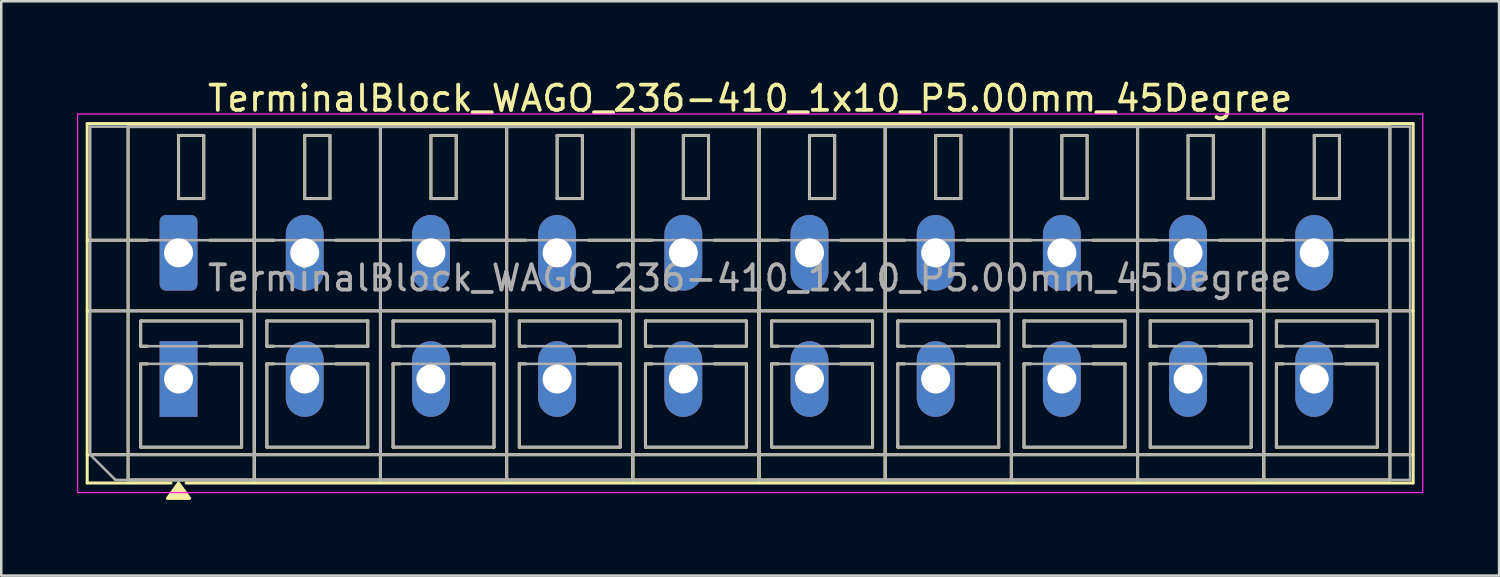
<source format=kicad_pcb>
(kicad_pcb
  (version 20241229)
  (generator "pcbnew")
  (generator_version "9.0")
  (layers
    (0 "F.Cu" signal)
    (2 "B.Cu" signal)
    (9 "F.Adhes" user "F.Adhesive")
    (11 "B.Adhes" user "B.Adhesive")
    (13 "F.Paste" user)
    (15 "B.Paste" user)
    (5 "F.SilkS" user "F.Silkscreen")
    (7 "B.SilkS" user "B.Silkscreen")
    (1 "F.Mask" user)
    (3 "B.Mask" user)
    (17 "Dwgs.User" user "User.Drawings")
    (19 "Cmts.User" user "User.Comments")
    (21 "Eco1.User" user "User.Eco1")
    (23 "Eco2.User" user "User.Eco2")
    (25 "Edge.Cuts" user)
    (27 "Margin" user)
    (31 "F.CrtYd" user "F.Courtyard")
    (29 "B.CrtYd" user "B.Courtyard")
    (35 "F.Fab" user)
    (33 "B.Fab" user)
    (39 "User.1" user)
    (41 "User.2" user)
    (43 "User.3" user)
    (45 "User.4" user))
  (footprint "TerminalBlock_WAGO_236-410_1x10_P5.00mm_45Degree"
    (layer "F.Cu")
    (at 4.025 6.968)
    (property "Reference" "TerminalBlock_WAGO_236-410_1x10_P5.00mm_45Degree" (at 22.65 -6.12 0) (layer "F.SilkS") (effects (font (size 1 1) (thickness 0.15))))
    (attr through_hole)
    (fp_line (start -3.62 -5.12) (end -3.62 9.12) (stroke (width 0.12) (type solid)) (layer "F.SilkS"))
    (fp_line (start -3.62 -5.12) (end 48.92 -5.12) (stroke (width 0.12) (type solid)) (layer "F.SilkS"))
    (fp_line (start -3.62 -0.5) (end -1.23 -0.5) (stroke (width 0.12) (type solid)) (layer "F.SilkS"))
    (fp_line (start -3.62 2.3) (end 48.92 2.3) (stroke (width 0.12) (type solid)) (layer "F.SilkS"))
    (fp_line (start -3.62 8) (end 48.92 8) (stroke (width 0.12) (type solid)) (layer "F.SilkS"))
    (fp_line (start -3.62 9.12) (end -0.3 9.12) (stroke (width 0.12) (type solid)) (layer "F.SilkS"))
    (fp_line (start -2 -5) (end -2 9) (stroke (width 0.12) (type solid)) (layer "F.SilkS"))
    (fp_line (start -2 -5) (end 3 -5) (stroke (width 0.12) (type solid)) (layer "F.SilkS"))
    (fp_line (start -2 9) (end 3 9) (stroke (width 0.12) (type solid)) (layer "F.SilkS"))
    (fp_line (start -1.5 2.7) (end -1.5 3.7) (stroke (width 0.12) (type solid)) (layer "F.SilkS"))
    (fp_line (start -1.5 2.7) (end 2.5 2.7) (stroke (width 0.12) (type solid)) (layer "F.SilkS"))
    (fp_line (start -1.5 3.7) (end -1.23 3.7) (stroke (width 0.12) (type solid)) (layer "F.SilkS"))
    (fp_line (start -1.5 4.4) (end -1.5 7.7) (stroke (width 0.12) (type solid)) (layer "F.SilkS"))
    (fp_line (start -1.5 4.4) (end -1.23 4.4) (stroke (width 0.12) (type solid)) (layer "F.SilkS"))
    (fp_line (start -1.5 7.7) (end 2.5 7.7) (stroke (width 0.12) (type solid)) (layer "F.SilkS"))
    (fp_line (start 0 -4.65) (end 0 -2.15) (stroke (width 0.12) (type solid)) (layer "F.SilkS"))
    (fp_line (start 0 -4.65) (end 1 -4.65) (stroke (width 0.12) (type solid)) (layer "F.SilkS"))
    (fp_line (start 0 -2.15) (end 1 -2.15) (stroke (width 0.12) (type solid)) (layer "F.SilkS"))
    (fp_line (start 0.3 9.12) (end 48.92 9.12) (stroke (width 0.12) (type solid)) (layer "F.SilkS"))
    (fp_line (start 1 -4.65) (end 1 -2.15) (stroke (width 0.12) (type solid)) (layer "F.SilkS"))
    (fp_line (start 1.23 -0.5) (end 3.77 -0.5) (stroke (width 0.12) (type solid)) (layer "F.SilkS"))
    (fp_line (start 1.23 3.7) (end 2.5 3.7) (stroke (width 0.12) (type solid)) (layer "F.SilkS"))
    (fp_line (start 1.23 4.4) (end 2.5 4.4) (stroke (width 0.12) (type solid)) (layer "F.SilkS"))
    (fp_line (start 2.5 2.7) (end 2.5 3.7) (stroke (width 0.12) (type solid)) (layer "F.SilkS"))
    (fp_line (start 2.5 4.4) (end 2.5 7.7) (stroke (width 0.12) (type solid)) (layer "F.SilkS"))
    (fp_line (start 3 -5) (end 3 9) (stroke (width 0.12) (type solid)) (layer "F.SilkS"))
    (fp_line (start 3 -5) (end 3 9) (stroke (width 0.12) (type solid)) (layer "F.SilkS"))
    (fp_line (start 3 -5) (end 8 -5) (stroke (width 0.12) (type solid)) (layer "F.SilkS"))
    (fp_line (start 3 9) (end 8 9) (stroke (width 0.12) (type solid)) (layer "F.SilkS"))
    (fp_line (start 3.5 2.7) (end 3.5 3.7) (stroke (width 0.12) (type solid)) (layer "F.SilkS"))
    (fp_line (start 3.5 2.7) (end 7.5 2.7) (stroke (width 0.12) (type solid)) (layer "F.SilkS"))
    (fp_line (start 3.5 3.7) (end 3.77 3.7) (stroke (width 0.12) (type solid)) (layer "F.SilkS"))
    (fp_line (start 3.5 4.4) (end 3.5 7.7) (stroke (width 0.12) (type solid)) (layer "F.SilkS"))
    (fp_line (start 3.5 4.4) (end 3.77 4.4) (stroke (width 0.12) (type solid)) (layer "F.SilkS"))
    (fp_line (start 3.5 7.7) (end 7.5 7.7) (stroke (width 0.12) (type solid)) (layer "F.SilkS"))
    (fp_line (start 5 -4.65) (end 5 -2.15) (stroke (width 0.12) (type solid)) (layer "F.SilkS"))
    (fp_line (start 5 -4.65) (end 6 -4.65) (stroke (width 0.12) (type solid)) (layer "F.SilkS"))
    (fp_line (start 5 -2.15) (end 6 -2.15) (stroke (width 0.12) (type solid)) (layer "F.SilkS"))
    (fp_line (start 6 -4.65) (end 6 -2.15) (stroke (width 0.12) (type solid)) (layer "F.SilkS"))
    (fp_line (start 6.23 -0.5) (end 8.77 -0.5) (stroke (width 0.12) (type solid)) (layer "F.SilkS"))
    (fp_line (start 6.23 3.7) (end 7.5 3.7) (stroke (width 0.12) (type solid)) (layer "F.SilkS"))
    (fp_line (start 6.23 4.4) (end 7.5 4.4) (stroke (width 0.12) (type solid)) (layer "F.SilkS"))
    (fp_line (start 7.5 2.7) (end 7.5 3.7) (stroke (width 0.12) (type solid)) (layer "F.SilkS"))
    (fp_line (start 7.5 4.4) (end 7.5 7.7) (stroke (width 0.12) (type solid)) (layer "F.SilkS"))
    (fp_line (start 8 -5) (end 8 9) (stroke (width 0.12) (type solid)) (layer "F.SilkS"))
    (fp_line (start 8 -5) (end 8 9) (stroke (width 0.12) (type solid)) (layer "F.SilkS"))
    (fp_line (start 8 -5) (end 13 -5) (stroke (width 0.12) (type solid)) (layer "F.SilkS"))
    (fp_line (start 8 9) (end 13 9) (stroke (width 0.12) (type solid)) (layer "F.SilkS"))
    (fp_line (start 8.5 2.7) (end 8.5 3.7) (stroke (width 0.12) (type solid)) (layer "F.SilkS"))
    (fp_line (start 8.5 2.7) (end 12.5 2.7) (stroke (width 0.12) (type solid)) (layer "F.SilkS"))
    (fp_line (start 8.5 3.7) (end 8.77 3.7) (stroke (width 0.12) (type solid)) (layer "F.SilkS"))
    (fp_line (start 8.5 4.4) (end 8.5 7.7) (stroke (width 0.12) (type solid)) (layer "F.SilkS"))
    (fp_line (start 8.5 4.4) (end 8.77 4.4) (stroke (width 0.12) (type solid)) (layer "F.SilkS"))
    (fp_line (start 8.5 7.7) (end 12.5 7.7) (stroke (width 0.12) (type solid)) (layer "F.SilkS"))
    (fp_line (start 10 -4.65) (end 10 -2.15) (stroke (width 0.12) (type solid)) (layer "F.SilkS"))
    (fp_line (start 10 -4.65) (end 11 -4.65) (stroke (width 0.12) (type solid)) (layer "F.SilkS"))
    (fp_line (start 10 -2.15) (end 11 -2.15) (stroke (width 0.12) (type solid)) (layer "F.SilkS"))
    (fp_line (start 11 -4.65) (end 11 -2.15) (stroke (width 0.12) (type solid)) (layer "F.SilkS"))
    (fp_line (start 11.23 -0.5) (end 13.77 -0.5) (stroke (width 0.12) (type solid)) (layer "F.SilkS"))
    (fp_line (start 11.23 3.7) (end 12.5 3.7) (stroke (width 0.12) (type solid)) (layer "F.SilkS"))
    (fp_line (start 11.23 4.4) (end 12.5 4.4) (stroke (width 0.12) (type solid)) (layer "F.SilkS"))
    (fp_line (start 12.5 2.7) (end 12.5 3.7) (stroke (width 0.12) (type solid)) (layer "F.SilkS"))
    (fp_line (start 12.5 4.4) (end 12.5 7.7) (stroke (width 0.12) (type solid)) (layer "F.SilkS"))
    (fp_line (start 13 -5) (end 13 9) (stroke (width 0.12) (type solid)) (layer "F.SilkS"))
    (fp_line (start 13 -5) (end 13 9) (stroke (width 0.12) (type solid)) (layer "F.SilkS"))
    (fp_line (start 13 -5) (end 18 -5) (stroke (width 0.12) (type solid)) (layer "F.SilkS"))
    (fp_line (start 13 9) (end 18 9) (stroke (width 0.12) (type solid)) (layer "F.SilkS"))
    (fp_line (start 13.5 2.7) (end 13.5 3.7) (stroke (width 0.12) (type solid)) (layer "F.SilkS"))
    (fp_line (start 13.5 2.7) (end 17.5 2.7) (stroke (width 0.12) (type solid)) (layer "F.SilkS"))
    (fp_line (start 13.5 3.7) (end 13.77 3.7) (stroke (width 0.12) (type solid)) (layer "F.SilkS"))
    (fp_line (start 13.5 4.4) (end 13.5 7.7) (stroke (width 0.12) (type solid)) (layer "F.SilkS"))
    (fp_line (start 13.5 4.4) (end 13.77 4.4) (stroke (width 0.12) (type solid)) (layer "F.SilkS"))
    (fp_line (start 13.5 7.7) (end 17.5 7.7) (stroke (width 0.12) (type solid)) (layer "F.SilkS"))
    (fp_line (start 15 -4.65) (end 15 -2.15) (stroke (width 0.12) (type solid)) (layer "F.SilkS"))
    (fp_line (start 15 -4.65) (end 16 -4.65) (stroke (width 0.12) (type solid)) (layer "F.SilkS"))
    (fp_line (start 15 -2.15) (end 16 -2.15) (stroke (width 0.12) (type solid)) (layer "F.SilkS"))
    (fp_line (start 16 -4.65) (end 16 -2.15) (stroke (width 0.12) (type solid)) (layer "F.SilkS"))
    (fp_line (start 16.23 -0.5) (end 18.77 -0.5) (stroke (width 0.12) (type solid)) (layer "F.SilkS"))
    (fp_line (start 16.23 3.7) (end 17.5 3.7) (stroke (width 0.12) (type solid)) (layer "F.SilkS"))
    (fp_line (start 16.23 4.4) (end 17.5 4.4) (stroke (width 0.12) (type solid)) (layer "F.SilkS"))
    (fp_line (start 17.5 2.7) (end 17.5 3.7) (stroke (width 0.12) (type solid)) (layer "F.SilkS"))
    (fp_line (start 17.5 4.4) (end 17.5 7.7) (stroke (width 0.12) (type solid)) (layer "F.SilkS"))
    (fp_line (start 18 -5) (end 18 9) (stroke (width 0.12) (type solid)) (layer "F.SilkS"))
    (fp_line (start 18 -5) (end 18 9) (stroke (width 0.12) (type solid)) (layer "F.SilkS"))
    (fp_line (start 18 -5) (end 23 -5) (stroke (width 0.12) (type solid)) (layer "F.SilkS"))
    (fp_line (start 18 9) (end 23 9) (stroke (width 0.12) (type solid)) (layer "F.SilkS"))
    (fp_line (start 18.5 2.7) (end 18.5 3.7) (stroke (width 0.12) (type solid)) (layer "F.SilkS"))
    (fp_line (start 18.5 2.7) (end 22.5 2.7) (stroke (width 0.12) (type solid)) (layer "F.SilkS"))
    (fp_line (start 18.5 3.7) (end 18.77 3.7) (stroke (width 0.12) (type solid)) (layer "F.SilkS"))
    (fp_line (start 18.5 4.4) (end 18.5 7.7) (stroke (width 0.12) (type solid)) (layer "F.SilkS"))
    (fp_line (start 18.5 4.4) (end 18.77 4.4) (stroke (width 0.12) (type solid)) (layer "F.SilkS"))
    (fp_line (start 18.5 7.7) (end 22.5 7.7) (stroke (width 0.12) (type solid)) (layer "F.SilkS"))
    (fp_line (start 20 -4.65) (end 20 -2.15) (stroke (width 0.12) (type solid)) (layer "F.SilkS"))
    (fp_line (start 20 -4.65) (end 21 -4.65) (stroke (width 0.12) (type solid)) (layer "F.SilkS"))
    (fp_line (start 20 -2.15) (end 21 -2.15) (stroke (width 0.12) (type solid)) (layer "F.SilkS"))
    (fp_line (start 21 -4.65) (end 21 -2.15) (stroke (width 0.12) (type solid)) (layer "F.SilkS"))
    (fp_line (start 21.23 -0.5) (end 23.77 -0.5) (stroke (width 0.12) (type solid)) (layer "F.SilkS"))
    (fp_line (start 21.23 3.7) (end 22.5 3.7) (stroke (width 0.12) (type solid)) (layer "F.SilkS"))
    (fp_line (start 21.23 4.4) (end 22.5 4.4) (stroke (width 0.12) (type solid)) (layer "F.SilkS"))
    (fp_line (start 22.5 2.7) (end 22.5 3.7) (stroke (width 0.12) (type solid)) (layer "F.SilkS"))
    (fp_line (start 22.5 4.4) (end 22.5 7.7) (stroke (width 0.12) (type solid)) (layer "F.SilkS"))
    (fp_line (start 23 -5) (end 23 9) (stroke (width 0.12) (type solid)) (layer "F.SilkS"))
    (fp_line (start 23 -5) (end 23 9) (stroke (width 0.12) (type solid)) (layer "F.SilkS"))
    (fp_line (start 23 -5) (end 28 -5) (stroke (width 0.12) (type solid)) (layer "F.SilkS"))
    (fp_line (start 23 9) (end 28 9) (stroke (width 0.12) (type solid)) (layer "F.SilkS"))
    (fp_line (start 23.5 2.7) (end 23.5 3.7) (stroke (width 0.12) (type solid)) (layer "F.SilkS"))
    (fp_line (start 23.5 2.7) (end 27.5 2.7) (stroke (width 0.12) (type solid)) (layer "F.SilkS"))
    (fp_line (start 23.5 3.7) (end 23.77 3.7) (stroke (width 0.12) (type solid)) (layer "F.SilkS"))
    (fp_line (start 23.5 4.4) (end 23.5 7.7) (stroke (width 0.12) (type solid)) (layer "F.SilkS"))
    (fp_line (start 23.5 4.4) (end 23.77 4.4) (stroke (width 0.12) (type solid)) (layer "F.SilkS"))
    (fp_line (start 23.5 7.7) (end 27.5 7.7) (stroke (width 0.12) (type solid)) (layer "F.SilkS"))
    (fp_line (start 25 -4.65) (end 25 -2.15) (stroke (width 0.12) (type solid)) (layer "F.SilkS"))
    (fp_line (start 25 -4.65) (end 26 -4.65) (stroke (width 0.12) (type solid)) (layer "F.SilkS"))
    (fp_line (start 25 -2.15) (end 26 -2.15) (stroke (width 0.12) (type solid)) (layer "F.SilkS"))
    (fp_line (start 26 -4.65) (end 26 -2.15) (stroke (width 0.12) (type solid)) (layer "F.SilkS"))
    (fp_line (start 26.23 -0.5) (end 28.77 -0.5) (stroke (width 0.12) (type solid)) (layer "F.SilkS"))
    (fp_line (start 26.23 3.7) (end 27.5 3.7) (stroke (width 0.12) (type solid)) (layer "F.SilkS"))
    (fp_line (start 26.23 4.4) (end 27.5 4.4) (stroke (width 0.12) (type solid)) (layer "F.SilkS"))
    (fp_line (start 27.5 2.7) (end 27.5 3.7) (stroke (width 0.12) (type solid)) (layer "F.SilkS"))
    (fp_line (start 27.5 4.4) (end 27.5 7.7) (stroke (width 0.12) (type solid)) (layer "F.SilkS"))
    (fp_line (start 28 -5) (end 28 9) (stroke (width 0.12) (type solid)) (layer "F.SilkS"))
    (fp_line (start 28 -5) (end 28 9) (stroke (width 0.12) (type solid)) (layer "F.SilkS"))
    (fp_line (start 28 -5) (end 33 -5) (stroke (width 0.12) (type solid)) (layer "F.SilkS"))
    (fp_line (start 28 9) (end 33 9) (stroke (width 0.12) (type solid)) (layer "F.SilkS"))
    (fp_line (start 28.5 2.7) (end 28.5 3.7) (stroke (width 0.12) (type solid)) (layer "F.SilkS"))
    (fp_line (start 28.5 2.7) (end 32.5 2.7) (stroke (width 0.12) (type solid)) (layer "F.SilkS"))
    (fp_line (start 28.5 3.7) (end 28.77 3.7) (stroke (width 0.12) (type solid)) (layer "F.SilkS"))
    (fp_line (start 28.5 4.4) (end 28.5 7.7) (stroke (width 0.12) (type solid)) (layer "F.SilkS"))
    (fp_line (start 28.5 4.4) (end 28.77 4.4) (stroke (width 0.12) (type solid)) (layer "F.SilkS"))
    (fp_line (start 28.5 7.7) (end 32.5 7.7) (stroke (width 0.12) (type solid)) (layer "F.SilkS"))
    (fp_line (start 30 -4.65) (end 30 -2.15) (stroke (width 0.12) (type solid)) (layer "F.SilkS"))
    (fp_line (start 30 -4.65) (end 31 -4.65) (stroke (width 0.12) (type solid)) (layer "F.SilkS"))
    (fp_line (start 30 -2.15) (end 31 -2.15) (stroke (width 0.12) (type solid)) (layer "F.SilkS"))
    (fp_line (start 31 -4.65) (end 31 -2.15) (stroke (width 0.12) (type solid)) (layer "F.SilkS"))
    (fp_line (start 31.23 -0.5) (end 33.77 -0.5) (stroke (width 0.12) (type solid)) (layer "F.SilkS"))
    (fp_line (start 31.23 3.7) (end 32.5 3.7) (stroke (width 0.12) (type solid)) (layer "F.SilkS"))
    (fp_line (start 31.23 4.4) (end 32.5 4.4) (stroke (width 0.12) (type solid)) (layer "F.SilkS"))
    (fp_line (start 32.5 2.7) (end 32.5 3.7) (stroke (width 0.12) (type solid)) (layer "F.SilkS"))
    (fp_line (start 32.5 4.4) (end 32.5 7.7) (stroke (width 0.12) (type solid)) (layer "F.SilkS"))
    (fp_line (start 33 -5) (end 33 9) (stroke (width 0.12) (type solid)) (layer "F.SilkS"))
    (fp_line (start 33 -5) (end 33 9) (stroke (width 0.12) (type solid)) (layer "F.SilkS"))
    (fp_line (start 33 -5) (end 38 -5) (stroke (width 0.12) (type solid)) (layer "F.SilkS"))
    (fp_line (start 33 9) (end 38 9) (stroke (width 0.12) (type solid)) (layer "F.SilkS"))
    (fp_line (start 33.5 2.7) (end 33.5 3.7) (stroke (width 0.12) (type solid)) (layer "F.SilkS"))
    (fp_line (start 33.5 2.7) (end 37.5 2.7) (stroke (width 0.12) (type solid)) (layer "F.SilkS"))
    (fp_line (start 33.5 3.7) (end 33.77 3.7) (stroke (width 0.12) (type solid)) (layer "F.SilkS"))
    (fp_line (start 33.5 4.4) (end 33.5 7.7) (stroke (width 0.12) (type solid)) (layer "F.SilkS"))
    (fp_line (start 33.5 4.4) (end 33.77 4.4) (stroke (width 0.12) (type solid)) (layer "F.SilkS"))
    (fp_line (start 33.5 7.7) (end 37.5 7.7) (stroke (width 0.12) (type solid)) (layer "F.SilkS"))
    (fp_line (start 35 -4.65) (end 35 -2.15) (stroke (width 0.12) (type solid)) (layer "F.SilkS"))
    (fp_line (start 35 -4.65) (end 36 -4.65) (stroke (width 0.12) (type solid)) (layer "F.SilkS"))
    (fp_line (start 35 -2.15) (end 36 -2.15) (stroke (width 0.12) (type solid)) (layer "F.SilkS"))
    (fp_line (start 36 -4.65) (end 36 -2.15) (stroke (width 0.12) (type solid)) (layer "F.SilkS"))
    (fp_line (start 36.23 -0.5) (end 38.77 -0.5) (stroke (width 0.12) (type solid)) (layer "F.SilkS"))
    (fp_line (start 36.23 3.7) (end 37.5 3.7) (stroke (width 0.12) (type solid)) (layer "F.SilkS"))
    (fp_line (start 36.23 4.4) (end 37.5 4.4) (stroke (width 0.12) (type solid)) (layer "F.SilkS"))
    (fp_line (start 37.5 2.7) (end 37.5 3.7) (stroke (width 0.12) (type solid)) (layer "F.SilkS"))
    (fp_line (start 37.5 4.4) (end 37.5 7.7) (stroke (width 0.12) (type solid)) (layer "F.SilkS"))
    (fp_line (start 38 -5) (end 38 9) (stroke (width 0.12) (type solid)) (layer "F.SilkS"))
    (fp_line (start 38 -5) (end 38 9) (stroke (width 0.12) (type solid)) (layer "F.SilkS"))
    (fp_line (start 38 -5) (end 43 -5) (stroke (width 0.12) (type solid)) (layer "F.SilkS"))
    (fp_line (start 38 9) (end 43 9) (stroke (width 0.12) (type solid)) (layer "F.SilkS"))
    (fp_line (start 38.5 2.7) (end 38.5 3.7) (stroke (width 0.12) (type solid)) (layer "F.SilkS"))
    (fp_line (start 38.5 2.7) (end 42.5 2.7) (stroke (width 0.12) (type solid)) (layer "F.SilkS"))
    (fp_line (start 38.5 3.7) (end 38.77 3.7) (stroke (width 0.12) (type solid)) (layer "F.SilkS"))
    (fp_line (start 38.5 4.4) (end 38.5 7.7) (stroke (width 0.12) (type solid)) (layer "F.SilkS"))
    (fp_line (start 38.5 4.4) (end 38.77 4.4) (stroke (width 0.12) (type solid)) (layer "F.SilkS"))
    (fp_line (start 38.5 7.7) (end 42.5 7.7) (stroke (width 0.12) (type solid)) (layer "F.SilkS"))
    (fp_line (start 40 -4.65) (end 40 -2.15) (stroke (width 0.12) (type solid)) (layer "F.SilkS"))
    (fp_line (start 40 -4.65) (end 41 -4.65) (stroke (width 0.12) (type solid)) (layer "F.SilkS"))
    (fp_line (start 40 -2.15) (end 41 -2.15) (stroke (width 0.12) (type solid)) (layer "F.SilkS"))
    (fp_line (start 41 -4.65) (end 41 -2.15) (stroke (width 0.12) (type solid)) (layer "F.SilkS"))
    (fp_line (start 41.23 -0.5) (end 43.77 -0.5) (stroke (width 0.12) (type solid)) (layer "F.SilkS"))
    (fp_line (start 41.23 3.7) (end 42.5 3.7) (stroke (width 0.12) (type solid)) (layer "F.SilkS"))
    (fp_line (start 41.23 4.4) (end 42.5 4.4) (stroke (width 0.12) (type solid)) (layer "F.SilkS"))
    (fp_line (start 42.5 2.7) (end 42.5 3.7) (stroke (width 0.12) (type solid)) (layer "F.SilkS"))
    (fp_line (start 42.5 4.4) (end 42.5 7.7) (stroke (width 0.12) (type solid)) (layer "F.SilkS"))
    (fp_line (start 43 -5) (end 43 9) (stroke (width 0.12) (type solid)) (layer "F.SilkS"))
    (fp_line (start 43 -5) (end 43 9) (stroke (width 0.12) (type solid)) (layer "F.SilkS"))
    (fp_line (start 43 -5) (end 48 -5) (stroke (width 0.12) (type solid)) (layer "F.SilkS"))
    (fp_line (start 43 9) (end 48 9) (stroke (width 0.12) (type solid)) (layer "F.SilkS"))
    (fp_line (start 43.5 2.7) (end 43.5 3.7) (stroke (width 0.12) (type solid)) (layer "F.SilkS"))
    (fp_line (start 43.5 2.7) (end 47.5 2.7) (stroke (width 0.12) (type solid)) (layer "F.SilkS"))
    (fp_line (start 43.5 3.7) (end 43.77 3.7) (stroke (width 0.12) (type solid)) (layer "F.SilkS"))
    (fp_line (start 43.5 4.4) (end 43.5 7.7) (stroke (width 0.12) (type solid)) (layer "F.SilkS"))
    (fp_line (start 43.5 4.4) (end 43.77 4.4) (stroke (width 0.12) (type solid)) (layer "F.SilkS"))
    (fp_line (start 43.5 7.7) (end 47.5 7.7) (stroke (width 0.12) (type solid)) (layer "F.SilkS"))
    (fp_line (start 45 -4.65) (end 45 -2.15) (stroke (width 0.12) (type solid)) (layer "F.SilkS"))
    (fp_line (start 45 -4.65) (end 46 -4.65) (stroke (width 0.12) (type solid)) (layer "F.SilkS"))
    (fp_line (start 45 -2.15) (end 46 -2.15) (stroke (width 0.12) (type solid)) (layer "F.SilkS"))
    (fp_line (start 46 -4.65) (end 46 -2.15) (stroke (width 0.12) (type solid)) (layer "F.SilkS"))
    (fp_line (start 46.23 -0.5) (end 48.92 -0.5) (stroke (width 0.12) (type solid)) (layer "F.SilkS"))
    (fp_line (start 46.23 3.7) (end 47.5 3.7) (stroke (width 0.12) (type solid)) (layer "F.SilkS"))
    (fp_line (start 46.23 4.4) (end 47.5 4.4) (stroke (width 0.12) (type solid)) (layer "F.SilkS"))
    (fp_line (start 47.5 2.7) (end 47.5 3.7) (stroke (width 0.12) (type solid)) (layer "F.SilkS"))
    (fp_line (start 47.5 4.4) (end 47.5 7.7) (stroke (width 0.12) (type solid)) (layer "F.SilkS"))
    (fp_line (start 48 -5) (end 48 9) (stroke (width 0.12) (type solid)) (layer "F.SilkS"))
    (fp_line (start 48.92 -5.12) (end 48.92 9.12) (stroke (width 0.12) (type solid)) (layer "F.SilkS"))
    (fp_poly (pts (xy 0 9.12) (xy 0.44 9.73) (xy -0.44 9.73)) (stroke (width 0.12) (type solid)) (fill yes) (layer "F.SilkS"))
    (fp_line (start -4 -5.5) (end -4 9.5) (stroke (width 0.05) (type solid)) (layer "F.CrtYd"))
    (fp_line (start -4 9.5) (end 49.3 9.5) (stroke (width 0.05) (type solid)) (layer "F.CrtYd"))
    (fp_line (start 49.3 -5.5) (end -4 -5.5) (stroke (width 0.05) (type solid)) (layer "F.CrtYd"))
    (fp_line (start 49.3 9.5) (end 49.3 -5.5) (stroke (width 0.05) (type solid)) (layer "F.CrtYd"))
    (fp_line (start -3.5 -5) (end 48.8 -5) (stroke (width 0.1) (type solid)) (layer "F.Fab"))
    (fp_line (start -3.5 -0.5) (end 48.8 -0.5) (stroke (width 0.1) (type solid)) (layer "F.Fab"))
    (fp_line (start -3.5 2.3) (end 48.8 2.3) (stroke (width 0.1) (type solid)) (layer "F.Fab"))
    (fp_line (start -3.5 8) (end -3.5 -5) (stroke (width 0.1) (type solid)) (layer "F.Fab"))
    (fp_line (start -3.5 8) (end 48.8 8) (stroke (width 0.1) (type solid)) (layer "F.Fab"))
    (fp_line (start -2.5 9) (end -3.5 8) (stroke (width 0.1) (type solid)) (layer "F.Fab"))
    (fp_line (start -2 -5) (end -2 9) (stroke (width 0.1) (type solid)) (layer "F.Fab"))
    (fp_line (start -2 9) (end 3 9) (stroke (width 0.1) (type solid)) (layer "F.Fab"))
    (fp_line (start -1.5 2.7) (end -1.5 3.7) (stroke (width 0.1) (type solid)) (layer "F.Fab"))
    (fp_line (start -1.5 3.7) (end 2.5 3.7) (stroke (width 0.1) (type solid)) (layer "F.Fab"))
    (fp_line (start -1.5 4.4) (end -1.5 7.7) (stroke (width 0.1) (type solid)) (layer "F.Fab"))
    (fp_line (start -1.5 7.7) (end 2.5 7.7) (stroke (width 0.1) (type solid)) (layer "F.Fab"))
    (fp_line (start 0 -4.65) (end 0 -2.15) (stroke (width 0.1) (type solid)) (layer "F.Fab"))
    (fp_line (start 0 -2.15) (end 1 -2.15) (stroke (width 0.1) (type solid)) (layer "F.Fab"))
    (fp_line (start 1 -4.65) (end 0 -4.65) (stroke (width 0.1) (type solid)) (layer "F.Fab"))
    (fp_line (start 1 -2.15) (end 1 -4.65) (stroke (width 0.1) (type solid)) (layer "F.Fab"))
    (fp_line (start 2.5 2.7) (end -1.5 2.7) (stroke (width 0.1) (type solid)) (layer "F.Fab"))
    (fp_line (start 2.5 3.7) (end 2.5 2.7) (stroke (width 0.1) (type solid)) (layer "F.Fab"))
    (fp_line (start 2.5 4.4) (end -1.5 4.4) (stroke (width 0.1) (type solid)) (layer "F.Fab"))
    (fp_line (start 2.5 7.7) (end 2.5 4.4) (stroke (width 0.1) (type solid)) (layer "F.Fab"))
    (fp_line (start 3 -5) (end -2 -5) (stroke (width 0.1) (type solid)) (layer "F.Fab"))
    (fp_line (start 3 -5) (end 3 9) (stroke (width 0.1) (type solid)) (layer "F.Fab"))
    (fp_line (start 3 9) (end 3 -5) (stroke (width 0.1) (type solid)) (layer "F.Fab"))
    (fp_line (start 3 9) (end 8 9) (stroke (width 0.1) (type solid)) (layer "F.Fab"))
    (fp_line (start 3.5 2.7) (end 3.5 3.7) (stroke (width 0.1) (type solid)) (layer "F.Fab"))
    (fp_line (start 3.5 3.7) (end 7.5 3.7) (stroke (width 0.1) (type solid)) (layer "F.Fab"))
    (fp_line (start 3.5 4.4) (end 3.5 7.7) (stroke (width 0.1) (type solid)) (layer "F.Fab"))
    (fp_line (start 3.5 7.7) (end 7.5 7.7) (stroke (width 0.1) (type solid)) (layer "F.Fab"))
    (fp_line (start 5 -4.65) (end 5 -2.15) (stroke (width 0.1) (type solid)) (layer "F.Fab"))
    (fp_line (start 5 -2.15) (end 6 -2.15) (stroke (width 0.1) (type solid)) (layer "F.Fab"))
    (fp_line (start 6 -4.65) (end 5 -4.65) (stroke (width 0.1) (type solid)) (layer "F.Fab"))
    (fp_line (start 6 -2.15) (end 6 -4.65) (stroke (width 0.1) (type solid)) (layer "F.Fab"))
    (fp_line (start 7.5 2.7) (end 3.5 2.7) (stroke (width 0.1) (type solid)) (layer "F.Fab"))
    (fp_line (start 7.5 3.7) (end 7.5 2.7) (stroke (width 0.1) (type solid)) (layer "F.Fab"))
    (fp_line (start 7.5 4.4) (end 3.5 4.4) (stroke (width 0.1) (type solid)) (layer "F.Fab"))
    (fp_line (start 7.5 7.7) (end 7.5 4.4) (stroke (width 0.1) (type solid)) (layer "F.Fab"))
    (fp_line (start 8 -5) (end 3 -5) (stroke (width 0.1) (type solid)) (layer "F.Fab"))
    (fp_line (start 8 -5) (end 8 9) (stroke (width 0.1) (type solid)) (layer "F.Fab"))
    (fp_line (start 8 9) (end 8 -5) (stroke (width 0.1) (type solid)) (layer "F.Fab"))
    (fp_line (start 8 9) (end 13 9) (stroke (width 0.1) (type solid)) (layer "F.Fab"))
    (fp_line (start 8.5 2.7) (end 8.5 3.7) (stroke (width 0.1) (type solid)) (layer "F.Fab"))
    (fp_line (start 8.5 3.7) (end 12.5 3.7) (stroke (width 0.1) (type solid)) (layer "F.Fab"))
    (fp_line (start 8.5 4.4) (end 8.5 7.7) (stroke (width 0.1) (type solid)) (layer "F.Fab"))
    (fp_line (start 8.5 7.7) (end 12.5 7.7) (stroke (width 0.1) (type solid)) (layer "F.Fab"))
    (fp_line (start 10 -4.65) (end 10 -2.15) (stroke (width 0.1) (type solid)) (layer "F.Fab"))
    (fp_line (start 10 -2.15) (end 11 -2.15) (stroke (width 0.1) (type solid)) (layer "F.Fab"))
    (fp_line (start 11 -4.65) (end 10 -4.65) (stroke (width 0.1) (type solid)) (layer "F.Fab"))
    (fp_line (start 11 -2.15) (end 11 -4.65) (stroke (width 0.1) (type solid)) (layer "F.Fab"))
    (fp_line (start 12.5 2.7) (end 8.5 2.7) (stroke (width 0.1) (type solid)) (layer "F.Fab"))
    (fp_line (start 12.5 3.7) (end 12.5 2.7) (stroke (width 0.1) (type solid)) (layer "F.Fab"))
    (fp_line (start 12.5 4.4) (end 8.5 4.4) (stroke (width 0.1) (type solid)) (layer "F.Fab"))
    (fp_line (start 12.5 7.7) (end 12.5 4.4) (stroke (width 0.1) (type solid)) (layer "F.Fab"))
    (fp_line (start 13 -5) (end 8 -5) (stroke (width 0.1) (type solid)) (layer "F.Fab"))
    (fp_line (start 13 -5) (end 13 9) (stroke (width 0.1) (type solid)) (layer "F.Fab"))
    (fp_line (start 13 9) (end 13 -5) (stroke (width 0.1) (type solid)) (layer "F.Fab"))
    (fp_line (start 13 9) (end 18 9) (stroke (width 0.1) (type solid)) (layer "F.Fab"))
    (fp_line (start 13.5 2.7) (end 13.5 3.7) (stroke (width 0.1) (type solid)) (layer "F.Fab"))
    (fp_line (start 13.5 3.7) (end 17.5 3.7) (stroke (width 0.1) (type solid)) (layer "F.Fab"))
    (fp_line (start 13.5 4.4) (end 13.5 7.7) (stroke (width 0.1) (type solid)) (layer "F.Fab"))
    (fp_line (start 13.5 7.7) (end 17.5 7.7) (stroke (width 0.1) (type solid)) (layer "F.Fab"))
    (fp_line (start 15 -4.65) (end 15 -2.15) (stroke (width 0.1) (type solid)) (layer "F.Fab"))
    (fp_line (start 15 -2.15) (end 16 -2.15) (stroke (width 0.1) (type solid)) (layer "F.Fab"))
    (fp_line (start 16 -4.65) (end 15 -4.65) (stroke (width 0.1) (type solid)) (layer "F.Fab"))
    (fp_line (start 16 -2.15) (end 16 -4.65) (stroke (width 0.1) (type solid)) (layer "F.Fab"))
    (fp_line (start 17.5 2.7) (end 13.5 2.7) (stroke (width 0.1) (type solid)) (layer "F.Fab"))
    (fp_line (start 17.5 3.7) (end 17.5 2.7) (stroke (width 0.1) (type solid)) (layer "F.Fab"))
    (fp_line (start 17.5 4.4) (end 13.5 4.4) (stroke (width 0.1) (type solid)) (layer "F.Fab"))
    (fp_line (start 17.5 7.7) (end 17.5 4.4) (stroke (width 0.1) (type solid)) (layer "F.Fab"))
    (fp_line (start 18 -5) (end 13 -5) (stroke (width 0.1) (type solid)) (layer "F.Fab"))
    (fp_line (start 18 -5) (end 18 9) (stroke (width 0.1) (type solid)) (layer "F.Fab"))
    (fp_line (start 18 9) (end 18 -5) (stroke (width 0.1) (type solid)) (layer "F.Fab"))
    (fp_line (start 18 9) (end 23 9) (stroke (width 0.1) (type solid)) (layer "F.Fab"))
    (fp_line (start 18.5 2.7) (end 18.5 3.7) (stroke (width 0.1) (type solid)) (layer "F.Fab"))
    (fp_line (start 18.5 3.7) (end 22.5 3.7) (stroke (width 0.1) (type solid)) (layer "F.Fab"))
    (fp_line (start 18.5 4.4) (end 18.5 7.7) (stroke (width 0.1) (type solid)) (layer "F.Fab"))
    (fp_line (start 18.5 7.7) (end 22.5 7.7) (stroke (width 0.1) (type solid)) (layer "F.Fab"))
    (fp_line (start 20 -4.65) (end 20 -2.15) (stroke (width 0.1) (type solid)) (layer "F.Fab"))
    (fp_line (start 20 -2.15) (end 21 -2.15) (stroke (width 0.1) (type solid)) (layer "F.Fab"))
    (fp_line (start 21 -4.65) (end 20 -4.65) (stroke (width 0.1) (type solid)) (layer "F.Fab"))
    (fp_line (start 21 -2.15) (end 21 -4.65) (stroke (width 0.1) (type solid)) (layer "F.Fab"))
    (fp_line (start 22.5 2.7) (end 18.5 2.7) (stroke (width 0.1) (type solid)) (layer "F.Fab"))
    (fp_line (start 22.5 3.7) (end 22.5 2.7) (stroke (width 0.1) (type solid)) (layer "F.Fab"))
    (fp_line (start 22.5 4.4) (end 18.5 4.4) (stroke (width 0.1) (type solid)) (layer "F.Fab"))
    (fp_line (start 22.5 7.7) (end 22.5 4.4) (stroke (width 0.1) (type solid)) (layer "F.Fab"))
    (fp_line (start 23 -5) (end 18 -5) (stroke (width 0.1) (type solid)) (layer "F.Fab"))
    (fp_line (start 23 -5) (end 23 9) (stroke (width 0.1) (type solid)) (layer "F.Fab"))
    (fp_line (start 23 9) (end 23 -5) (stroke (width 0.1) (type solid)) (layer "F.Fab"))
    (fp_line (start 23 9) (end 28 9) (stroke (width 0.1) (type solid)) (layer "F.Fab"))
    (fp_line (start 23.5 2.7) (end 23.5 3.7) (stroke (width 0.1) (type solid)) (layer "F.Fab"))
    (fp_line (start 23.5 3.7) (end 27.5 3.7) (stroke (width 0.1) (type solid)) (layer "F.Fab"))
    (fp_line (start 23.5 4.4) (end 23.5 7.7) (stroke (width 0.1) (type solid)) (layer "F.Fab"))
    (fp_line (start 23.5 7.7) (end 27.5 7.7) (stroke (width 0.1) (type solid)) (layer "F.Fab"))
    (fp_line (start 25 -4.65) (end 25 -2.15) (stroke (width 0.1) (type solid)) (layer "F.Fab"))
    (fp_line (start 25 -2.15) (end 26 -2.15) (stroke (width 0.1) (type solid)) (layer "F.Fab"))
    (fp_line (start 26 -4.65) (end 25 -4.65) (stroke (width 0.1) (type solid)) (layer "F.Fab"))
    (fp_line (start 26 -2.15) (end 26 -4.65) (stroke (width 0.1) (type solid)) (layer "F.Fab"))
    (fp_line (start 27.5 2.7) (end 23.5 2.7) (stroke (width 0.1) (type solid)) (layer "F.Fab"))
    (fp_line (start 27.5 3.7) (end 27.5 2.7) (stroke (width 0.1) (type solid)) (layer "F.Fab"))
    (fp_line (start 27.5 4.4) (end 23.5 4.4) (stroke (width 0.1) (type solid)) (layer "F.Fab"))
    (fp_line (start 27.5 7.7) (end 27.5 4.4) (stroke (width 0.1) (type solid)) (layer "F.Fab"))
    (fp_line (start 28 -5) (end 23 -5) (stroke (width 0.1) (type solid)) (layer "F.Fab"))
    (fp_line (start 28 -5) (end 28 9) (stroke (width 0.1) (type solid)) (layer "F.Fab"))
    (fp_line (start 28 9) (end 28 -5) (stroke (width 0.1) (type solid)) (layer "F.Fab"))
    (fp_line (start 28 9) (end 33 9) (stroke (width 0.1) (type solid)) (layer "F.Fab"))
    (fp_line (start 28.5 2.7) (end 28.5 3.7) (stroke (width 0.1) (type solid)) (layer "F.Fab"))
    (fp_line (start 28.5 3.7) (end 32.5 3.7) (stroke (width 0.1) (type solid)) (layer "F.Fab"))
    (fp_line (start 28.5 4.4) (end 28.5 7.7) (stroke (width 0.1) (type solid)) (layer "F.Fab"))
    (fp_line (start 28.5 7.7) (end 32.5 7.7) (stroke (width 0.1) (type solid)) (layer "F.Fab"))
    (fp_line (start 30 -4.65) (end 30 -2.15) (stroke (width 0.1) (type solid)) (layer "F.Fab"))
    (fp_line (start 30 -2.15) (end 31 -2.15) (stroke (width 0.1) (type solid)) (layer "F.Fab"))
    (fp_line (start 31 -4.65) (end 30 -4.65) (stroke (width 0.1) (type solid)) (layer "F.Fab"))
    (fp_line (start 31 -2.15) (end 31 -4.65) (stroke (width 0.1) (type solid)) (layer "F.Fab"))
    (fp_line (start 32.5 2.7) (end 28.5 2.7) (stroke (width 0.1) (type solid)) (layer "F.Fab"))
    (fp_line (start 32.5 3.7) (end 32.5 2.7) (stroke (width 0.1) (type solid)) (layer "F.Fab"))
    (fp_line (start 32.5 4.4) (end 28.5 4.4) (stroke (width 0.1) (type solid)) (layer "F.Fab"))
    (fp_line (start 32.5 7.7) (end 32.5 4.4) (stroke (width 0.1) (type solid)) (layer "F.Fab"))
    (fp_line (start 33 -5) (end 28 -5) (stroke (width 0.1) (type solid)) (layer "F.Fab"))
    (fp_line (start 33 -5) (end 33 9) (stroke (width 0.1) (type solid)) (layer "F.Fab"))
    (fp_line (start 33 9) (end 33 -5) (stroke (width 0.1) (type solid)) (layer "F.Fab"))
    (fp_line (start 33 9) (end 38 9) (stroke (width 0.1) (type solid)) (layer "F.Fab"))
    (fp_line (start 33.5 2.7) (end 33.5 3.7) (stroke (width 0.1) (type solid)) (layer "F.Fab"))
    (fp_line (start 33.5 3.7) (end 37.5 3.7) (stroke (width 0.1) (type solid)) (layer "F.Fab"))
    (fp_line (start 33.5 4.4) (end 33.5 7.7) (stroke (width 0.1) (type solid)) (layer "F.Fab"))
    (fp_line (start 33.5 7.7) (end 37.5 7.7) (stroke (width 0.1) (type solid)) (layer "F.Fab"))
    (fp_line (start 35 -4.65) (end 35 -2.15) (stroke (width 0.1) (type solid)) (layer "F.Fab"))
    (fp_line (start 35 -2.15) (end 36 -2.15) (stroke (width 0.1) (type solid)) (layer "F.Fab"))
    (fp_line (start 36 -4.65) (end 35 -4.65) (stroke (width 0.1) (type solid)) (layer "F.Fab"))
    (fp_line (start 36 -2.15) (end 36 -4.65) (stroke (width 0.1) (type solid)) (layer "F.Fab"))
    (fp_line (start 37.5 2.7) (end 33.5 2.7) (stroke (width 0.1) (type solid)) (layer "F.Fab"))
    (fp_line (start 37.5 3.7) (end 37.5 2.7) (stroke (width 0.1) (type solid)) (layer "F.Fab"))
    (fp_line (start 37.5 4.4) (end 33.5 4.4) (stroke (width 0.1) (type solid)) (layer "F.Fab"))
    (fp_line (start 37.5 7.7) (end 37.5 4.4) (stroke (width 0.1) (type solid)) (layer "F.Fab"))
    (fp_line (start 38 -5) (end 33 -5) (stroke (width 0.1) (type solid)) (layer "F.Fab"))
    (fp_line (start 38 -5) (end 38 9) (stroke (width 0.1) (type solid)) (layer "F.Fab"))
    (fp_line (start 38 9) (end 38 -5) (stroke (width 0.1) (type solid)) (layer "F.Fab"))
    (fp_line (start 38 9) (end 43 9) (stroke (width 0.1) (type solid)) (layer "F.Fab"))
    (fp_line (start 38.5 2.7) (end 38.5 3.7) (stroke (width 0.1) (type solid)) (layer "F.Fab"))
    (fp_line (start 38.5 3.7) (end 42.5 3.7) (stroke (width 0.1) (type solid)) (layer "F.Fab"))
    (fp_line (start 38.5 4.4) (end 38.5 7.7) (stroke (width 0.1) (type solid)) (layer "F.Fab"))
    (fp_line (start 38.5 7.7) (end 42.5 7.7) (stroke (width 0.1) (type solid)) (layer "F.Fab"))
    (fp_line (start 40 -4.65) (end 40 -2.15) (stroke (width 0.1) (type solid)) (layer "F.Fab"))
    (fp_line (start 40 -2.15) (end 41 -2.15) (stroke (width 0.1) (type solid)) (layer "F.Fab"))
    (fp_line (start 41 -4.65) (end 40 -4.65) (stroke (width 0.1) (type solid)) (layer "F.Fab"))
    (fp_line (start 41 -2.15) (end 41 -4.65) (stroke (width 0.1) (type solid)) (layer "F.Fab"))
    (fp_line (start 42.5 2.7) (end 38.5 2.7) (stroke (width 0.1) (type solid)) (layer "F.Fab"))
    (fp_line (start 42.5 3.7) (end 42.5 2.7) (stroke (width 0.1) (type solid)) (layer "F.Fab"))
    (fp_line (start 42.5 4.4) (end 38.5 4.4) (stroke (width 0.1) (type solid)) (layer "F.Fab"))
    (fp_line (start 42.5 7.7) (end 42.5 4.4) (stroke (width 0.1) (type solid)) (layer "F.Fab"))
    (fp_line (start 43 -5) (end 38 -5) (stroke (width 0.1) (type solid)) (layer "F.Fab"))
    (fp_line (start 43 -5) (end 43 9) (stroke (width 0.1) (type solid)) (layer "F.Fab"))
    (fp_line (start 43 9) (end 43 -5) (stroke (width 0.1) (type solid)) (layer "F.Fab"))
    (fp_line (start 43 9) (end 48 9) (stroke (width 0.1) (type solid)) (layer "F.Fab"))
    (fp_line (start 43.5 2.7) (end 43.5 3.7) (stroke (width 0.1) (type solid)) (layer "F.Fab"))
    (fp_line (start 43.5 3.7) (end 47.5 3.7) (stroke (width 0.1) (type solid)) (layer "F.Fab"))
    (fp_line (start 43.5 4.4) (end 43.5 7.7) (stroke (width 0.1) (type solid)) (layer "F.Fab"))
    (fp_line (start 43.5 7.7) (end 47.5 7.7) (stroke (width 0.1) (type solid)) (layer "F.Fab"))
    (fp_line (start 45 -4.65) (end 45 -2.15) (stroke (width 0.1) (type solid)) (layer "F.Fab"))
    (fp_line (start 45 -2.15) (end 46 -2.15) (stroke (width 0.1) (type solid)) (layer "F.Fab"))
    (fp_line (start 46 -4.65) (end 45 -4.65) (stroke (width 0.1) (type solid)) (layer "F.Fab"))
    (fp_line (start 46 -2.15) (end 46 -4.65) (stroke (width 0.1) (type solid)) (layer "F.Fab"))
    (fp_line (start 47.5 2.7) (end 43.5 2.7) (stroke (width 0.1) (type solid)) (layer "F.Fab"))
    (fp_line (start 47.5 3.7) (end 47.5 2.7) (stroke (width 0.1) (type solid)) (layer "F.Fab"))
    (fp_line (start 47.5 4.4) (end 43.5 4.4) (stroke (width 0.1) (type solid)) (layer "F.Fab"))
    (fp_line (start 47.5 7.7) (end 47.5 4.4) (stroke (width 0.1) (type solid)) (layer "F.Fab"))
    (fp_line (start 48 -5) (end 43 -5) (stroke (width 0.1) (type solid)) (layer "F.Fab"))
    (fp_line (start 48 9) (end 48 -5) (stroke (width 0.1) (type solid)) (layer "F.Fab"))
    (fp_line (start 48.8 -5) (end 48.8 9) (stroke (width 0.1) (type solid)) (layer "F.Fab"))
    (fp_line (start 48.8 9) (end -2.5 9) (stroke (width 0.1) (type solid)) (layer "F.Fab"))
    (fp_text user "${REFERENCE}" (at 22.65 1 0) (layer "F.Fab") (effects (font (size 1 1) (thickness 0.15))))
    (pad "1" thru_hole roundrect (at 0 0) (size 1.5 3) (drill 1.15) (layers "*.Cu" "*.Mask") (roundrect_rratio 0.167))
    (pad "1" thru_hole rect (at 0 5) (size 1.5 3) (drill 1.15) (layers "*.Cu" "*.Mask"))
    (pad "2" thru_hole oval (at 5 0) (size 1.5 3) (drill 1.15) (layers "*.Cu" "*.Mask"))
    (pad "2" thru_hole oval (at 5 5) (size 1.5 3) (drill 1.15) (layers "*.Cu" "*.Mask"))
    (pad "3" thru_hole oval (at 10 0) (size 1.5 3) (drill 1.15) (layers "*.Cu" "*.Mask"))
    (pad "3" thru_hole oval (at 10 5) (size 1.5 3) (drill 1.15) (layers "*.Cu" "*.Mask"))
    (pad "4" thru_hole oval (at 15 0) (size 1.5 3) (drill 1.15) (layers "*.Cu" "*.Mask"))
    (pad "4" thru_hole oval (at 15 5) (size 1.5 3) (drill 1.15) (layers "*.Cu" "*.Mask"))
    (pad "5" thru_hole oval (at 20 0) (size 1.5 3) (drill 1.15) (layers "*.Cu" "*.Mask"))
    (pad "5" thru_hole oval (at 20 5) (size 1.5 3) (drill 1.15) (layers "*.Cu" "*.Mask"))
    (pad "6" thru_hole oval (at 25 0) (size 1.5 3) (drill 1.15) (layers "*.Cu" "*.Mask"))
    (pad "6" thru_hole oval (at 25 5) (size 1.5 3) (drill 1.15) (layers "*.Cu" "*.Mask"))
    (pad "7" thru_hole oval (at 30 0) (size 1.5 3) (drill 1.15) (layers "*.Cu" "*.Mask"))
    (pad "7" thru_hole oval (at 30 5) (size 1.5 3) (drill 1.15) (layers "*.Cu" "*.Mask"))
    (pad "8" thru_hole oval (at 35 0) (size 1.5 3) (drill 1.15) (layers "*.Cu" "*.Mask"))
    (pad "8" thru_hole oval (at 35 5) (size 1.5 3) (drill 1.15) (layers "*.Cu" "*.Mask"))
    (pad "9" thru_hole oval (at 40 0) (size 1.5 3) (drill 1.15) (layers "*.Cu" "*.Mask"))
    (pad "9" thru_hole oval (at 40 5) (size 1.5 3) (drill 1.15) (layers "*.Cu" "*.Mask"))
    (pad "10" thru_hole oval (at 45 0) (size 1.5 3) (drill 1.15) (layers "*.Cu" "*.Mask"))
    (pad "10" thru_hole oval (at 45 5) (size 1.5 3) (drill 1.15) (layers "*.Cu" "*.Mask")))
  (gr_rect
    (start -3 -3)
    (end 56.35 19.758)
    (stroke (width 0.1) (type default))
    (fill no)
    (layer "Edge.Cuts")))
</source>
